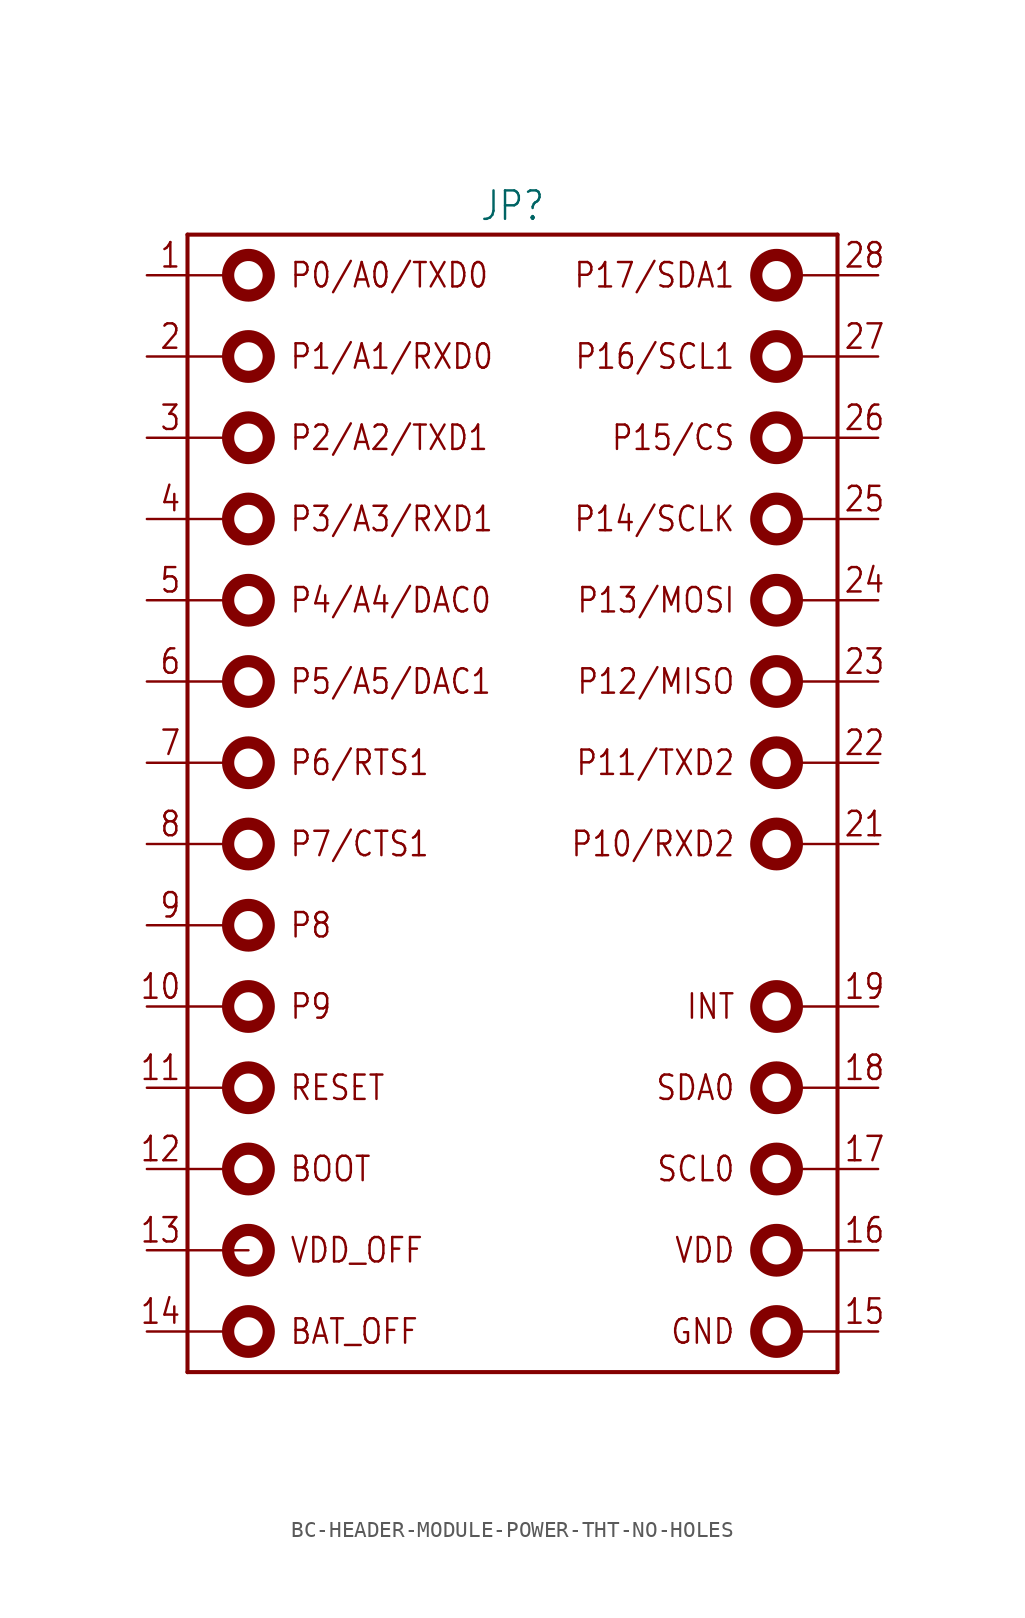
<source format=kicad_sym>
(kicad_symbol_lib
  (version 20231120)
  (generator "kicad_symbol_editor")
  (generator_version "8.0")
  (symbol "BC-HEADER-MODULE-POWER-THT-NO-HOLES"
    (property "Reference" "JP"
      (at 0 36.322 0)
      (effects (font (size 1.778 1.511)) (justify bottom)))
    (property "Value" ""
      (at 0 -36.322 0)
      (effects (font (size 1.778 1.511)) (justify top)))
    (property "ki_locked" ""
      (at 0 0 0)
      (effects (font (size 1.27 1.27))))
    (symbol "BC-HEADER-MODULE-POWER-THT-NO-HOLES_1_0"
      (circle (center -16.51 -33.02) (radius 1.27) (stroke (width 0.762) (type solid)) (fill (type none)))
      (circle (center -16.51 -27.94) (radius 1.27) (stroke (width 0.762) (type solid)) (fill (type none)))
      (circle (center -16.51 -22.86) (radius 1.27) (stroke (width 0.762) (type solid)) (fill (type none)))
      (circle (center -16.51 -17.78) (radius 1.27) (stroke (width 0.762) (type solid)) (fill (type none)))
      (circle (center -16.51 -12.7) (radius 1.27) (stroke (width 0.762) (type solid)) (fill (type none)))
      (circle (center -16.51 -7.62) (radius 1.27) (stroke (width 0.762) (type solid)) (fill (type none)))
      (circle (center -16.51 -2.54) (radius 1.27) (stroke (width 0.762) (type solid)) (fill (type none)))
      (circle (center -16.51 2.54) (radius 1.27) (stroke (width 0.762) (type solid)) (fill (type none)))
      (circle (center -16.51 7.62) (radius 1.27) (stroke (width 0.762) (type solid)) (fill (type none)))
      (circle (center -16.51 12.7) (radius 1.27) (stroke (width 0.762) (type solid)) (fill (type none)))
      (circle (center -16.51 17.78) (radius 1.27) (stroke (width 0.762) (type solid)) (fill (type none)))
      (circle (center -16.51 22.86) (radius 1.27) (stroke (width 0.762) (type solid)) (fill (type none)))
      (circle (center -16.51 27.94) (radius 1.27) (stroke (width 0.762) (type solid)) (fill (type none)))
      (circle (center -16.51 33.02) (radius 1.27) (stroke (width 0.762) (type solid)) (fill (type none)))
      (polyline (pts (xy -20.32 -33.02) (xy -17.78 -33.02)) (stroke (width 0.152) (type solid)) (fill (type none)))
      (polyline (pts (xy -20.32 -22.86) (xy -17.78 -22.86)) (stroke (width 0.152) (type solid)) (fill (type none)))
      (polyline (pts (xy -20.32 -17.78) (xy -17.78 -17.78)) (stroke (width 0.152) (type solid)) (fill (type none)))
      (polyline (pts (xy -20.32 -12.7) (xy -17.78 -12.7)) (stroke (width 0.152) (type solid)) (fill (type none)))
      (polyline (pts (xy -20.32 -7.62) (xy -17.78 -7.62)) (stroke (width 0.152) (type solid)) (fill (type none)))
      (polyline (pts (xy -20.32 -2.54) (xy -17.78 -2.54)) (stroke (width 0.152) (type solid)) (fill (type none)))
      (polyline (pts (xy -20.32 2.54) (xy -17.78 2.54)) (stroke (width 0.152) (type solid)) (fill (type none)))
      (polyline (pts (xy -20.32 7.62) (xy -17.78 7.62)) (stroke (width 0.152) (type solid)) (fill (type none)))
      (polyline (pts (xy -20.32 12.7) (xy -17.78 12.7)) (stroke (width 0.152) (type solid)) (fill (type none)))
      (polyline (pts (xy -20.32 17.78) (xy -17.78 17.78)) (stroke (width 0.152) (type solid)) (fill (type none)))
      (polyline (pts (xy -20.32 22.86) (xy -17.78 22.86)) (stroke (width 0.152) (type solid)) (fill (type none)))
      (polyline (pts (xy -20.32 27.94) (xy -17.78 27.94)) (stroke (width 0.152) (type solid)) (fill (type none)))
      (polyline (pts (xy -20.32 33.02) (xy -17.78 33.02)) (stroke (width 0.152) (type solid)) (fill (type none)))
      (polyline (pts (xy -20.32 35.56) (xy -20.32 -35.56)) (stroke (width 0.254) (type solid)) (fill (type none)))
      (polyline (pts (xy -20.32 35.56) (xy 20.32 35.56)) (stroke (width 0.254) (type solid)) (fill (type none)))
      (polyline (pts (xy -16.51 -27.94) (xy -20.32 -27.94)) (stroke (width 0.152) (type solid)) (fill (type none)))
      (polyline (pts (xy 20.32 -35.56) (xy -20.32 -35.56)) (stroke (width 0.254) (type solid)) (fill (type none)))
      (polyline (pts (xy 20.32 -33.02) (xy 17.78 -33.02)) (stroke (width 0.152) (type solid)) (fill (type none)))
      (polyline (pts (xy 20.32 -27.94) (xy 17.78 -27.94)) (stroke (width 0.152) (type solid)) (fill (type none)))
      (polyline (pts (xy 20.32 -22.86) (xy 17.78 -22.86)) (stroke (width 0.152) (type solid)) (fill (type none)))
      (polyline (pts (xy 20.32 -17.78) (xy 17.78 -17.78)) (stroke (width 0.152) (type solid)) (fill (type none)))
      (polyline (pts (xy 20.32 -12.7) (xy 17.78 -12.7)) (stroke (width 0.152) (type solid)) (fill (type none)))
      (polyline (pts (xy 20.32 -2.54) (xy 17.78 -2.54)) (stroke (width 0.152) (type solid)) (fill (type none)))
      (polyline (pts (xy 20.32 2.54) (xy 17.78 2.54)) (stroke (width 0.152) (type solid)) (fill (type none)))
      (polyline (pts (xy 20.32 7.62) (xy 17.78 7.62)) (stroke (width 0.152) (type solid)) (fill (type none)))
      (polyline (pts (xy 20.32 12.7) (xy 17.78 12.7)) (stroke (width 0.152) (type solid)) (fill (type none)))
      (polyline (pts (xy 20.32 17.78) (xy 17.78 17.78)) (stroke (width 0.152) (type solid)) (fill (type none)))
      (polyline (pts (xy 20.32 22.86) (xy 17.78 22.86)) (stroke (width 0.152) (type solid)) (fill (type none)))
      (polyline (pts (xy 20.32 27.94) (xy 17.78 27.94)) (stroke (width 0.152) (type solid)) (fill (type none)))
      (polyline (pts (xy 20.32 33.02) (xy 17.78 33.02)) (stroke (width 0.152) (type solid)) (fill (type none)))
      (polyline (pts (xy 20.32 35.56) (xy 20.32 -35.56)) (stroke (width 0.254) (type solid)) (fill (type none)))
      (circle (center 16.51 -33.02) (radius 1.27) (stroke (width 0.762) (type solid)) (fill (type none)))
      (circle (center 16.51 -27.94) (radius 1.27) (stroke (width 0.762) (type solid)) (fill (type none)))
      (circle (center 16.51 -22.86) (radius 1.27) (stroke (width 0.762) (type solid)) (fill (type none)))
      (circle (center 16.51 -17.78) (radius 1.27) (stroke (width 0.762) (type solid)) (fill (type none)))
      (circle (center 16.51 -12.7) (radius 1.27) (stroke (width 0.762) (type solid)) (fill (type none)))
      (circle (center 16.51 -2.54) (radius 1.27) (stroke (width 0.762) (type solid)) (fill (type none)))
      (circle (center 16.51 2.54) (radius 1.27) (stroke (width 0.762) (type solid)) (fill (type none)))
      (circle (center 16.51 7.62) (radius 1.27) (stroke (width 0.762) (type solid)) (fill (type none)))
      (circle (center 16.51 12.7) (radius 1.27) (stroke (width 0.762) (type solid)) (fill (type none)))
      (circle (center 16.51 17.78) (radius 1.27) (stroke (width 0.762) (type solid)) (fill (type none)))
      (circle (center 16.51 22.86) (radius 1.27) (stroke (width 0.762) (type solid)) (fill (type none)))
      (circle (center 16.51 27.94) (radius 1.27) (stroke (width 0.762) (type solid)) (fill (type none)))
      (circle (center 16.51 33.02) (radius 1.27) (stroke (width 0.762) (type solid)) (fill (type none)))
      (text "1" (at -20.676 33.376 0) (effects (font (size 1.524 1.295)) (justify right bottom)))
      (text "10" (at -20.676 -12.344 0) (effects (font (size 1.524 1.295)) (justify right bottom)))
      (text "11" (at -20.676 -17.424 0) (effects (font (size 1.524 1.295)) (justify right bottom)))
      (text "12" (at -20.676 -22.504 0) (effects (font (size 1.524 1.295)) (justify right bottom)))
      (text "13" (at -20.676 -27.584 0) (effects (font (size 1.524 1.295)) (justify right bottom)))
      (text "14" (at -20.676 -32.664 0) (effects (font (size 1.524 1.295)) (justify right bottom)))
      (text "15" (at 20.676 -32.664 0) (effects (font (size 1.524 1.295)) (justify left bottom)))
      (text "16" (at 20.676 -27.584 0) (effects (font (size 1.524 1.295)) (justify left bottom)))
      (text "17" (at 20.676 -22.504 0) (effects (font (size 1.524 1.295)) (justify left bottom)))
      (text "18" (at 20.676 -17.424 0) (effects (font (size 1.524 1.295)) (justify left bottom)))
      (text "19" (at 20.676 -12.344 0) (effects (font (size 1.524 1.295)) (justify left bottom)))
      (text "2" (at -20.676 28.296 0) (effects (font (size 1.524 1.295)) (justify right bottom)))
      (text "21" (at 20.676 -2.184 0) (effects (font (size 1.524 1.295)) (justify left bottom)))
      (text "22" (at 20.676 2.896 0) (effects (font (size 1.524 1.295)) (justify left bottom)))
      (text "23" (at 20.676 7.976 0) (effects (font (size 1.524 1.295)) (justify left bottom)))
      (text "24" (at 20.676 13.056 0) (effects (font (size 1.524 1.295)) (justify left bottom)))
      (text "25" (at 20.676 18.136 0) (effects (font (size 1.524 1.295)) (justify left bottom)))
      (text "26" (at 20.676 23.216 0) (effects (font (size 1.524 1.295)) (justify left bottom)))
      (text "27" (at 20.676 28.296 0) (effects (font (size 1.524 1.295)) (justify left bottom)))
      (text "28" (at 20.676 33.376 0) (effects (font (size 1.524 1.295)) (justify left bottom)))
      (text "3" (at -20.676 23.216 0) (effects (font (size 1.524 1.295)) (justify right bottom)))
      (text "4" (at -20.676 18.136 0) (effects (font (size 1.524 1.295)) (justify right bottom)))
      (text "5" (at -20.676 13.056 0) (effects (font (size 1.524 1.295)) (justify right bottom)))
      (text "6" (at -20.676 7.976 0) (effects (font (size 1.524 1.295)) (justify right bottom)))
      (text "7" (at -20.676 2.896 0) (effects (font (size 1.524 1.295)) (justify right bottom)))
      (text "8" (at -20.676 -2.184 0) (effects (font (size 1.524 1.295)) (justify right bottom)))
      (text "9" (at -20.676 -7.264 0) (effects (font (size 1.524 1.295)) (justify right bottom)))
      (text "BAT_OFF" (at -13.97 -33.02 0) (effects (font (size 1.524 1.295)) (justify left)))
      (text "BOOT" (at -13.97 -22.86 0) (effects (font (size 1.524 1.295)) (justify left)))
      (text "GND" (at 13.97 -33.02 0) (effects (font (size 1.524 1.295)) (justify right)))
      (text "INT" (at 13.97 -12.7 0) (effects (font (size 1.524 1.295)) (justify right)))
      (text "P0/A0/TXD0" (at -13.97 33.02 0) (effects (font (size 1.524 1.295)) (justify left)))
      (text "P1/A1/RXD0" (at -13.97 27.94 0) (effects (font (size 1.524 1.295)) (justify left)))
      (text "P10/RXD2" (at 13.97 -2.54 0) (effects (font (size 1.524 1.295)) (justify right)))
      (text "P11/TXD2" (at 13.97 2.54 0) (effects (font (size 1.524 1.295)) (justify right)))
      (text "P12/MISO" (at 13.97 7.62 0) (effects (font (size 1.524 1.295)) (justify right)))
      (text "P13/MOSI" (at 13.97 12.7 0) (effects (font (size 1.524 1.295)) (justify right)))
      (text "P14/SCLK" (at 13.97 17.78 0) (effects (font (size 1.524 1.295)) (justify right)))
      (text "P15/CS" (at 13.97 22.86 0) (effects (font (size 1.524 1.295)) (justify right)))
      (text "P16/SCL1" (at 13.97 27.94 0) (effects (font (size 1.524 1.295)) (justify right)))
      (text "P17/SDA1" (at 13.97 33.02 0) (effects (font (size 1.524 1.295)) (justify right)))
      (text "P2/A2/TXD1" (at -13.97 22.86 0) (effects (font (size 1.524 1.295)) (justify left)))
      (text "P3/A3/RXD1" (at -13.97 17.78 0) (effects (font (size 1.524 1.295)) (justify left)))
      (text "P4/A4/DAC0" (at -13.97 12.7 0) (effects (font (size 1.524 1.295)) (justify left)))
      (text "P5/A5/DAC1" (at -13.97 7.62 0) (effects (font (size 1.524 1.295)) (justify left)))
      (text "P6/RTS1" (at -13.97 2.54 0) (effects (font (size 1.524 1.295)) (justify left)))
      (text "P7/CTS1" (at -13.97 -2.54 0) (effects (font (size 1.524 1.295)) (justify left)))
      (text "P8" (at -13.97 -7.62 0) (effects (font (size 1.524 1.295)) (justify left)))
      (text "P9" (at -13.97 -12.7 0) (effects (font (size 1.524 1.295)) (justify left)))
      (text "RESET" (at -13.97 -17.78 0) (effects (font (size 1.524 1.295)) (justify left)))
      (text "SCL0" (at 13.97 -22.86 0) (effects (font (size 1.524 1.295)) (justify right)))
      (text "SDA0" (at 13.97 -17.78 0) (effects (font (size 1.524 1.295)) (justify right)))
      (text "VDD" (at 13.97 -27.94 0) (effects (font (size 1.524 1.295)) (justify right)))
      (text "VDD_OFF" (at -13.97 -27.94 0) (effects (font (size 1.524 1.295)) (justify left)))
      (pin passive line (at -22.86 33.02 0) (length 2.54) (name "P0/A0/TXD0" (effects (font (size 0 0)))) (number "1" (effects (font (size 0 0)))))
      (pin passive line (at -22.86 -12.7 0) (length 2.54) (name "P9" (effects (font (size 0 0)))) (number "10" (effects (font (size 0 0)))))
      (pin passive line (at -22.86 -17.78 0) (length 2.54) (name "RESET" (effects (font (size 0 0)))) (number "11" (effects (font (size 0 0)))))
      (pin passive line (at -22.86 -22.86 0) (length 2.54) (name "BOOT" (effects (font (size 0 0)))) (number "12" (effects (font (size 0 0)))))
      (pin passive line (at -22.86 -27.94 0) (length 2.54) (name "VDD_OFF" (effects (font (size 0 0)))) (number "13" (effects (font (size 0 0)))))
      (pin passive line (at -22.86 -33.02 0) (length 2.54) (name "BAT_OFF" (effects (font (size 0 0)))) (number "14" (effects (font (size 0 0)))))
      (pin passive line (at 22.86 -33.02 180) (length 2.54) (name "GND" (effects (font (size 0 0)))) (number "15" (effects (font (size 0 0)))))
      (pin passive line (at 22.86 -27.94 180) (length 2.54) (name "VDD" (effects (font (size 0 0)))) (number "16" (effects (font (size 0 0)))))
      (pin passive line (at 22.86 -22.86 180) (length 2.54) (name "SCL0" (effects (font (size 0 0)))) (number "17" (effects (font (size 0 0)))))
      (pin passive line (at 22.86 -17.78 180) (length 2.54) (name "SDA0" (effects (font (size 0 0)))) (number "18" (effects (font (size 0 0)))))
      (pin passive line (at 22.86 -12.7 180) (length 2.54) (name "INT" (effects (font (size 0 0)))) (number "19" (effects (font (size 0 0)))))
      (pin passive line (at -22.86 27.94 0) (length 2.54) (name "P1/A1/RXD0" (effects (font (size 0 0)))) (number "2" (effects (font (size 0 0)))))
      (pin passive line (at 22.86 -2.54 180) (length 2.54) (name "P10/RXD2" (effects (font (size 0 0)))) (number "21" (effects (font (size 0 0)))))
      (pin passive line (at 22.86 2.54 180) (length 2.54) (name "P11/TXD2" (effects (font (size 0 0)))) (number "22" (effects (font (size 0 0)))))
      (pin passive line (at 22.86 7.62 180) (length 2.54) (name "P12/MISO" (effects (font (size 0 0)))) (number "23" (effects (font (size 0 0)))))
      (pin passive line (at 22.86 12.7 180) (length 2.54) (name "P13/MOSI" (effects (font (size 0 0)))) (number "24" (effects (font (size 0 0)))))
      (pin passive line (at 22.86 17.78 180) (length 2.54) (name "P14/SCLK" (effects (font (size 0 0)))) (number "25" (effects (font (size 0 0)))))
      (pin passive line (at 22.86 22.86 180) (length 2.54) (name "P15/CS" (effects (font (size 0 0)))) (number "26" (effects (font (size 0 0)))))
      (pin passive line (at 22.86 27.94 180) (length 2.54) (name "P16/SCL1" (effects (font (size 0 0)))) (number "27" (effects (font (size 0 0)))))
      (pin passive line (at 22.86 33.02 180) (length 2.54) (name "P17/SDA1" (effects (font (size 0 0)))) (number "28" (effects (font (size 0 0)))))
      (pin passive line (at -22.86 22.86 0) (length 2.54) (name "P2/A2/TXD1" (effects (font (size 0 0)))) (number "3" (effects (font (size 0 0)))))
      (pin passive line (at -22.86 17.78 0) (length 2.54) (name "P3/A3/RXD1" (effects (font (size 0 0)))) (number "4" (effects (font (size 0 0)))))
      (pin passive line (at -22.86 12.7 0) (length 2.54) (name "P4/A4/DAC0" (effects (font (size 0 0)))) (number "5" (effects (font (size 0 0)))))
      (pin passive line (at -22.86 7.62 0) (length 2.54) (name "P5/A5/DAC1" (effects (font (size 0 0)))) (number "6" (effects (font (size 0 0)))))
      (pin passive line (at -22.86 2.54 0) (length 2.54) (name "P6/RTS1" (effects (font (size 0 0)))) (number "7" (effects (font (size 0 0)))))
      (pin passive line (at -22.86 -2.54 0) (length 2.54) (name "P7/CTS1" (effects (font (size 0 0)))) (number "8" (effects (font (size 0 0)))))
      (pin passive line (at -22.86 -7.62 0) (length 2.54) (name "P8" (effects (font (size 0 0)))) (number "9" (effects (font (size 0 0))))))))
</source>
